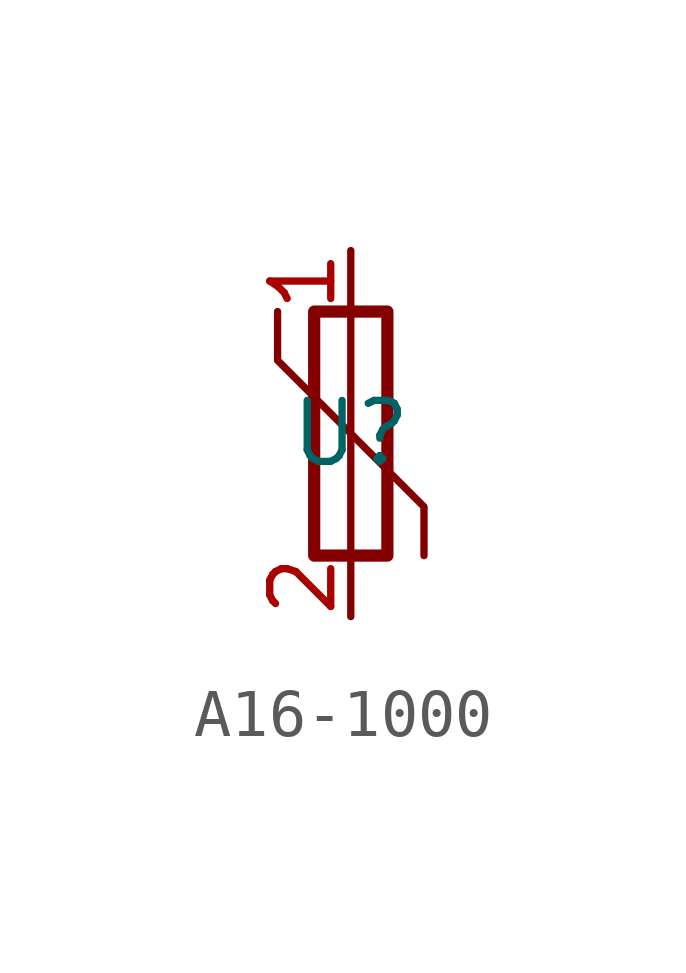
<source format=kicad_sym>
(kicad_symbol_lib
  (version 20241209)
  (generator "kicad_symbol_editor")
  (generator_version "9.0")
  (symbol "A16-1000"
    (property "Reference" "U"
      (at 0 0 0)
      (effects (font (size 1.27 1.27))))
    (property "Value" ""
      (at 0 0 0)
      (effects (font (size 1.27 1.27))))
    (symbol "A16-1000_0_1"
      (polyline (pts (xy -1.524 2.54) (xy -1.524 1.524) (xy 1.524 -1.524) (xy 1.524 -2.54)) (stroke (width 0) (type default)) (fill (type none)))
      (rectangle (start -0.762 2.54) (end 0.762 -2.54) (stroke (width 0.254) (type default)) (fill (type none)))
      (polyline (pts (xy 0 2.54) (xy 0 -2.54)) (stroke (width 0) (type default)) (fill (type none))))
    (symbol "A16-1000_1_1"
      (pin passive line (at 0 3.81 270) (length 1.27) (name "~" (effects (font (size 1.27 1.27)))) (number "1" (effects (font (size 1.27 1.27)))))
      (pin passive line (at 0 -3.81 90) (length 1.27) (name "~" (effects (font (size 1.27 1.27)))) (number "2" (effects (font (size 1.27 1.27))))))))
</source>
